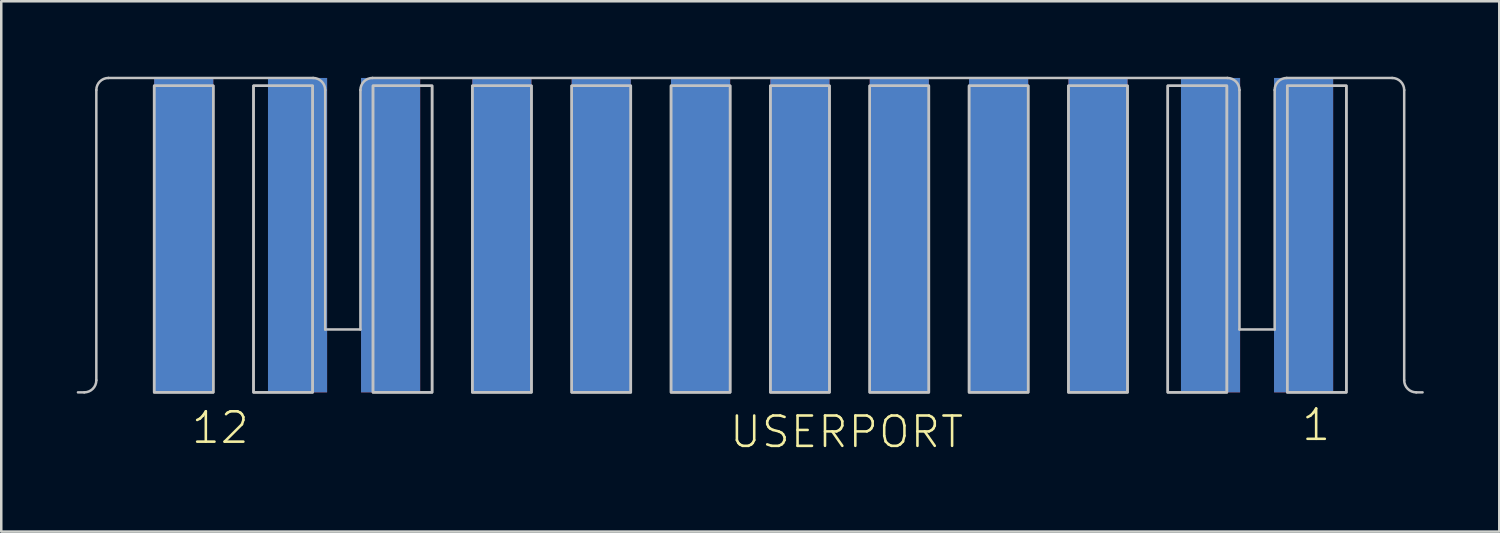
<source format=kicad_pcb>
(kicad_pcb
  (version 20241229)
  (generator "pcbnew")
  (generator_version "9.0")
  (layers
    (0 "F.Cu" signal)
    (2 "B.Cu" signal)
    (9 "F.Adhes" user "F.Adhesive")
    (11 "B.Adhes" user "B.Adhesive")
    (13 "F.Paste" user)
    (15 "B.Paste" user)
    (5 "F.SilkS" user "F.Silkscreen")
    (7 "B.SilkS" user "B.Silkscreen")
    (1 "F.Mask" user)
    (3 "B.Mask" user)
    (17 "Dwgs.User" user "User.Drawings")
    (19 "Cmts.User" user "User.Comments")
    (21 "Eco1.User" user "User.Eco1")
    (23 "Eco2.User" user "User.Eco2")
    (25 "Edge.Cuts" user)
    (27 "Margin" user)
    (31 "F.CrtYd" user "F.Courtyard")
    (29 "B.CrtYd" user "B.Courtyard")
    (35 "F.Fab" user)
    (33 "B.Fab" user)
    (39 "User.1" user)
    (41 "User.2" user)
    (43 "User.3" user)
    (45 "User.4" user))
  (footprint "USERPORT"
    (layer "F.Cu")
    (at 26.78 6.3)
    (property "Reference" "USERPORT" (at -0.886 8.529 0) (layer "F.SilkS") (effects (font (size 1.206 1.206) (thickness 0.102)) (justify left bottom)))
    (attr through_hole)
    (fp_line (start -26.73 6.25) (end -26.48 6.25) (stroke (width 0.1) (type solid)) (layer "Dwgs.User"))
    (fp_line (start -26 5.77) (end -26 -5.77) (stroke (width 0.1) (type solid)) (layer "Dwgs.User"))
    (fp_line (start -25.52 -6.25) (end -17.38 -6.25) (stroke (width 0.1) (type solid)) (layer "Dwgs.User"))
    (fp_line (start -16.9 -5.77) (end -16.9 3.75) (stroke (width 0.1) (type solid)) (layer "Dwgs.User"))
    (fp_line (start -16.9 3.75) (end -15.5 3.75) (stroke (width 0.1) (type solid)) (layer "Dwgs.User"))
    (fp_line (start -15.5 -5.77) (end -15.5 3.75) (stroke (width 0.1) (type solid)) (layer "Dwgs.User"))
    (fp_line (start 18.97 -6.25) (end -15.02 -6.25) (stroke (width 0.1) (type solid)) (layer "Dwgs.User"))
    (fp_line (start 19.45 -5.77) (end 19.45 3.75) (stroke (width 0.1) (type solid)) (layer "Dwgs.User"))
    (fp_line (start 19.45 3.75) (end 20.85 3.75) (stroke (width 0.1) (type solid)) (layer "Dwgs.User"))
    (fp_line (start 20.85 3.75) (end 20.85 -5.77) (stroke (width 0.1) (type solid)) (layer "Dwgs.User"))
    (fp_line (start 21.33 -6.25) (end 25.52 -6.25) (stroke (width 0.1) (type solid)) (layer "Dwgs.User"))
    (fp_line (start 26 -5.77) (end 26 5.77) (stroke (width 0.1) (type solid)) (layer "Dwgs.User"))
    (fp_line (start 26.48 6.25) (end 26.73 6.25) (stroke (width 0.1) (type solid)) (layer "Dwgs.User"))
    (fp_arc (start -26 -5.77) (mid -25.859411 -6.109411) (end -25.52 -6.25) (stroke (width 0.1) (type solid)) (layer "Dwgs.User"))
    (fp_arc (start -26 5.77) (mid -26.140589 6.109411) (end -26.48 6.25) (stroke (width 0.1) (type solid)) (layer "Dwgs.User"))
    (fp_arc (start -17.38 -6.25) (mid -17.040589 -6.109411) (end -16.9 -5.77) (stroke (width 0.1) (type solid)) (layer "Dwgs.User"))
    (fp_arc (start -15.5 -5.77) (mid -15.359411 -6.109411) (end -15.02 -6.25) (stroke (width 0.1) (type solid)) (layer "Dwgs.User"))
    (fp_arc (start 18.97 -6.25) (mid 19.309411 -6.109411) (end 19.45 -5.77) (stroke (width 0.1) (type solid)) (layer "Dwgs.User"))
    (fp_arc (start 20.85 -5.77) (mid 20.990589 -6.109411) (end 21.33 -6.25) (stroke (width 0.1) (type solid)) (layer "Dwgs.User"))
    (fp_arc (start 25.52 -6.25) (mid 25.859411 -6.109411) (end 26 -5.77) (stroke (width 0.1) (type solid)) (layer "Dwgs.User"))
    (fp_arc (start 26.48 6.25) (mid 26.140589 6.109411) (end 26 5.77) (stroke (width 0.1) (type solid)) (layer "Dwgs.User"))
    (fp_poly (pts (xy -23.7 6.25) (xy -21.35 6.25) (xy -21.35 -5.94) (xy -23.7 -5.94)) (stroke (width 0.1) (type solid)) (fill no) (layer "Dwgs.User"))
    (fp_poly (pts (xy -23.7 6.25) (xy -21.35 6.25) (xy -21.35 -5.94) (xy -23.7 -5.94)) (stroke (width 0.1) (type solid)) (fill no) (layer "Dwgs.User"))
    (fp_poly (pts (xy -19.75 6.25) (xy -17.4 6.25) (xy -17.4 -5.94) (xy -19.75 -5.94)) (stroke (width 0.1) (type solid)) (fill no) (layer "Dwgs.User"))
    (fp_poly (pts (xy -19.75 6.25) (xy -17.4 6.25) (xy -17.4 -5.94) (xy -19.75 -5.94)) (stroke (width 0.1) (type solid)) (fill no) (layer "Dwgs.User"))
    (fp_poly (pts (xy -15 6.25) (xy -12.65 6.25) (xy -12.65 -5.94) (xy -15 -5.94)) (stroke (width 0.1) (type solid)) (fill no) (layer "Dwgs.User"))
    (fp_poly (pts (xy -15 6.25) (xy -12.65 6.25) (xy -12.65 -5.94) (xy -15 -5.94)) (stroke (width 0.1) (type solid)) (fill no) (layer "Dwgs.User"))
    (fp_poly (pts (xy -11.05 6.25) (xy -8.7 6.25) (xy -8.7 -5.94) (xy -11.05 -5.94)) (stroke (width 0.1) (type solid)) (fill no) (layer "Dwgs.User"))
    (fp_poly (pts (xy -11.05 6.25) (xy -8.7 6.25) (xy -8.7 -5.94) (xy -11.05 -5.94)) (stroke (width 0.1) (type solid)) (fill no) (layer "Dwgs.User"))
    (fp_poly (pts (xy -7.1 6.25) (xy -4.75 6.25) (xy -4.75 -5.94) (xy -7.1 -5.94)) (stroke (width 0.1) (type solid)) (fill no) (layer "Dwgs.User"))
    (fp_poly (pts (xy -7.1 6.25) (xy -4.75 6.25) (xy -4.75 -5.94) (xy -7.1 -5.94)) (stroke (width 0.1) (type solid)) (fill no) (layer "Dwgs.User"))
    (fp_poly (pts (xy -3.15 6.25) (xy -0.8 6.25) (xy -0.8 -5.94) (xy -3.15 -5.94)) (stroke (width 0.1) (type solid)) (fill no) (layer "Dwgs.User"))
    (fp_poly (pts (xy -3.15 6.25) (xy -0.8 6.25) (xy -0.8 -5.94) (xy -3.15 -5.94)) (stroke (width 0.1) (type solid)) (fill no) (layer "Dwgs.User"))
    (fp_poly (pts (xy 0.8 6.25) (xy 3.15 6.25) (xy 3.15 -5.94) (xy 0.8 -5.94)) (stroke (width 0.1) (type solid)) (fill no) (layer "Dwgs.User"))
    (fp_poly (pts (xy 0.8 6.25) (xy 3.15 6.25) (xy 3.15 -5.94) (xy 0.8 -5.94)) (stroke (width 0.1) (type solid)) (fill no) (layer "Dwgs.User"))
    (fp_poly (pts (xy 4.75 6.25) (xy 7.1 6.25) (xy 7.1 -5.94) (xy 4.75 -5.94)) (stroke (width 0.1) (type solid)) (fill no) (layer "Dwgs.User"))
    (fp_poly (pts (xy 4.75 6.25) (xy 7.1 6.25) (xy 7.1 -5.94) (xy 4.75 -5.94)) (stroke (width 0.1) (type solid)) (fill no) (layer "Dwgs.User"))
    (fp_poly (pts (xy 8.7 6.25) (xy 11.05 6.25) (xy 11.05 -5.94) (xy 8.7 -5.94)) (stroke (width 0.1) (type solid)) (fill no) (layer "Dwgs.User"))
    (fp_poly (pts (xy 8.7 6.25) (xy 11.05 6.25) (xy 11.05 -5.94) (xy 8.7 -5.94)) (stroke (width 0.1) (type solid)) (fill no) (layer "Dwgs.User"))
    (fp_poly (pts (xy 12.65 6.25) (xy 15 6.25) (xy 15 -5.94) (xy 12.65 -5.94)) (stroke (width 0.1) (type solid)) (fill no) (layer "Dwgs.User"))
    (fp_poly (pts (xy 12.65 6.25) (xy 15 6.25) (xy 15 -5.94) (xy 12.65 -5.94)) (stroke (width 0.1) (type solid)) (fill no) (layer "Dwgs.User"))
    (fp_poly (pts (xy 16.6 6.25) (xy 18.95 6.25) (xy 18.95 -5.94) (xy 16.6 -5.94)) (stroke (width 0.1) (type solid)) (fill no) (layer "Dwgs.User"))
    (fp_poly (pts (xy 16.6 6.25) (xy 18.95 6.25) (xy 18.95 -5.94) (xy 16.6 -5.94)) (stroke (width 0.1) (type solid)) (fill no) (layer "Dwgs.User"))
    (fp_poly (pts (xy 21.35 6.25) (xy 23.7 6.25) (xy 23.7 -5.94) (xy 21.35 -5.94)) (stroke (width 0.1) (type solid)) (fill no) (layer "Dwgs.User"))
    (fp_poly (pts (xy 21.35 6.25) (xy 23.7 6.25) (xy 23.7 -5.94) (xy 21.35 -5.94)) (stroke (width 0.1) (type solid)) (fill no) (layer "Dwgs.User"))
    (fp_text user "12" (at -22.288 8.362 0) (layer "F.SilkS") (effects (font (size 1.206 1.206) (thickness 0.102)) (justify left bottom)))
    (fp_text user "1" (at 21.858 8.25 0) (layer "F.SilkS") (effects (font (size 1.206 1.206) (thickness 0.102)) (justify left bottom)))
    (pad "1" smd rect (at 22 0) (size 2.35 12.5) (layers "F.Cu" "F.Mask" "F.Paste"))
    (pad "2" smd rect (at 18.3 0) (size 2.35 12.5) (layers "F.Cu" "F.Mask" "F.Paste"))
    (pad "3" smd rect (at 13.825 0) (size 2.35 12.5) (layers "F.Cu" "F.Mask" "F.Paste"))
    (pad "4" smd rect (at 9.875 0) (size 2.35 12.5) (layers "F.Cu" "F.Mask" "F.Paste"))
    (pad "5" smd rect (at 5.925 0) (size 2.35 12.5) (layers "F.Cu" "F.Mask" "F.Paste"))
    (pad "6" smd rect (at 1.975 0) (size 2.35 12.5) (layers "F.Cu" "F.Mask" "F.Paste"))
    (pad "7" smd rect (at -1.975 0) (size 2.35 12.5) (layers "F.Cu" "F.Mask" "F.Paste"))
    (pad "8" smd rect (at -5.925 0) (size 2.35 12.5) (layers "F.Cu" "F.Mask" "F.Paste"))
    (pad "9" smd rect (at -9.875 0) (size 2.35 12.5) (layers "F.Cu" "F.Mask" "F.Paste"))
    (pad "10" smd rect (at -14.3 0) (size 2.35 12.5) (layers "F.Cu" "F.Mask" "F.Paste"))
    (pad "11" smd rect (at -18 0) (size 2.35 12.5) (layers "F.Cu" "F.Mask" "F.Paste"))
    (pad "12" smd rect (at -22.525 0) (size 2.35 12.5) (layers "F.Cu" "F.Mask" "F.Paste"))
    (pad "A" smd rect (at 22 0) (size 2.35 12.5) (layers "F.Mask" "B.Cu" "F.Paste"))
    (pad "B" smd rect (at 18.3 0) (size 2.35 12.5) (layers "F.Mask" "B.Cu" "F.Paste"))
    (pad "C" smd rect (at 13.825 0) (size 2.35 12.5) (layers "F.Mask" "B.Cu" "F.Paste"))
    (pad "D" smd rect (at 9.875 0) (size 2.35 12.5) (layers "F.Mask" "B.Cu" "F.Paste"))
    (pad "E" smd rect (at 5.925 0) (size 2.35 12.5) (layers "F.Mask" "B.Cu" "F.Paste"))
    (pad "F" smd rect (at 1.975 0) (size 2.35 12.5) (layers "F.Mask" "B.Cu" "F.Paste"))
    (pad "H" smd rect (at -1.975 0) (size 2.35 12.5) (layers "F.Mask" "B.Cu" "F.Paste"))
    (pad "J" smd rect (at -5.925 0) (size 2.35 12.5) (layers "F.Mask" "B.Cu" "F.Paste"))
    (pad "K" smd rect (at -9.875 0) (size 2.35 12.5) (layers "F.Mask" "B.Cu" "F.Paste"))
    (pad "L" smd rect (at -14.3 0) (size 2.35 12.5) (layers "F.Mask" "B.Cu" "F.Paste"))
    (pad "M" smd rect (at -18 0) (size 2.35 12.5) (layers "F.Mask" "B.Cu" "F.Paste"))
    (pad "N" smd rect (at -22.525 0) (size 2.35 12.5) (layers "F.Mask" "B.Cu" "F.Paste")))
  (gr_rect
    (start -3 -3)
    (end 56.56 18.086)
    (stroke (width 0.1) (type default))
    (fill no)
    (layer "Edge.Cuts")))
</source>
